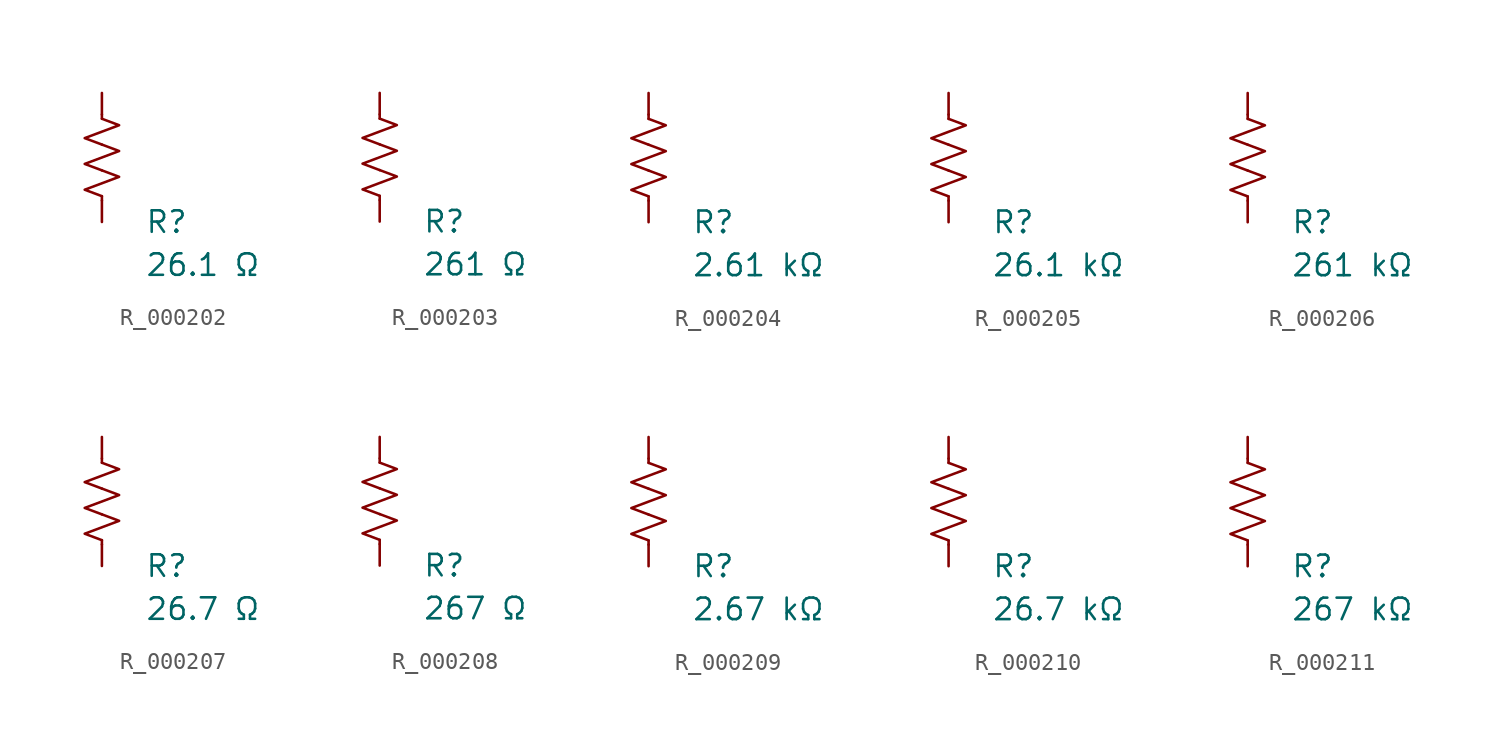
<source format=kicad_sym>
(kicad_symbol_lib
  (version 20231120)
  (generator "kicad_symbol_editor")
  (generator_version "8.0")
  (symbol "R_000202"
    (pin_numbers hide)
    (pin_names
      (offset 0))
    (property "Reference" "R"
      (at 2.54 -3.81 0)
      (effects (font (size 1.27 1.27)) (justify left))
      (show_name no))
    (property "Value" "26.1 Ω"
      (at 2.54 -6.35 0)
      (effects (font (size 1.27 1.27)) (justify left))
      (show_name no))
    (symbol "R_000202_0_1"
      (polyline (pts (xy 0 -2.286) (xy 0 -2.54)) (stroke (width 0) (type default)) (fill (type none)))
      (polyline (pts (xy 0 2.286) (xy 0 2.54)) (stroke (width 0) (type default)) (fill (type none)))
      (polyline (pts (xy 0 -0.762) (xy 1.016 -1.143) (xy 0 -1.524) (xy -1.016 -1.905) (xy 0 -2.286)) (stroke (width 0) (type default)) (fill (type none)))
      (polyline (pts (xy 0 0.762) (xy 1.016 0.381) (xy 0 0) (xy -1.016 -0.381) (xy 0 -0.762)) (stroke (width 0) (type default)) (fill (type none)))
      (polyline (pts (xy 0 2.286) (xy 1.016 1.905) (xy 0 1.524) (xy -1.016 1.143) (xy 0 0.762)) (stroke (width 0) (type default)) (fill (type none))))
    (symbol "R_000202_1_1"
      (pin passive line (at 0 3.81 270) (length 1.27) (name "~" (effects (font (size 1.27 1.27)))) (number "1" (effects (font (size 1.27 1.27)))))
      (pin passive line (at 0 -3.81 90) (length 1.27) (name "~" (effects (font (size 1.27 1.27)))) (number "2" (effects (font (size 1.27 1.27)))))))
  (symbol "R_000203"
    (pin_numbers hide)
    (pin_names
      (offset 0))
    (property "Reference" "R"
      (at 2.54 -3.81 0)
      (effects (font (size 1.27 1.27)) (justify left))
      (show_name no))
    (property "Value" "261 Ω"
      (at 2.54 -6.35 0)
      (effects (font (size 1.27 1.27)) (justify left))
      (show_name no))
    (symbol "R_000203_0_1"
      (polyline (pts (xy 0 -2.286) (xy 0 -2.54)) (stroke (width 0) (type default)) (fill (type none)))
      (polyline (pts (xy 0 2.286) (xy 0 2.54)) (stroke (width 0) (type default)) (fill (type none)))
      (polyline (pts (xy 0 -0.762) (xy 1.016 -1.143) (xy 0 -1.524) (xy -1.016 -1.905) (xy 0 -2.286)) (stroke (width 0) (type default)) (fill (type none)))
      (polyline (pts (xy 0 0.762) (xy 1.016 0.381) (xy 0 0) (xy -1.016 -0.381) (xy 0 -0.762)) (stroke (width 0) (type default)) (fill (type none)))
      (polyline (pts (xy 0 2.286) (xy 1.016 1.905) (xy 0 1.524) (xy -1.016 1.143) (xy 0 0.762)) (stroke (width 0) (type default)) (fill (type none))))
    (symbol "R_000203_1_1"
      (pin passive line (at 0 3.81 270) (length 1.27) (name "~" (effects (font (size 1.27 1.27)))) (number "1" (effects (font (size 1.27 1.27)))))
      (pin passive line (at 0 -3.81 90) (length 1.27) (name "~" (effects (font (size 1.27 1.27)))) (number "2" (effects (font (size 1.27 1.27)))))))
  (symbol "R_000204"
    (pin_numbers hide)
    (pin_names
      (offset 0))
    (property "Reference" "R"
      (at 2.54 -3.81 0)
      (effects (font (size 1.27 1.27)) (justify left))
      (show_name no))
    (property "Value" "2.61 kΩ"
      (at 2.54 -6.35 0)
      (effects (font (size 1.27 1.27)) (justify left))
      (show_name no))
    (symbol "R_000204_0_1"
      (polyline (pts (xy 0 -2.286) (xy 0 -2.54)) (stroke (width 0) (type default)) (fill (type none)))
      (polyline (pts (xy 0 2.286) (xy 0 2.54)) (stroke (width 0) (type default)) (fill (type none)))
      (polyline (pts (xy 0 -0.762) (xy 1.016 -1.143) (xy 0 -1.524) (xy -1.016 -1.905) (xy 0 -2.286)) (stroke (width 0) (type default)) (fill (type none)))
      (polyline (pts (xy 0 0.762) (xy 1.016 0.381) (xy 0 0) (xy -1.016 -0.381) (xy 0 -0.762)) (stroke (width 0) (type default)) (fill (type none)))
      (polyline (pts (xy 0 2.286) (xy 1.016 1.905) (xy 0 1.524) (xy -1.016 1.143) (xy 0 0.762)) (stroke (width 0) (type default)) (fill (type none))))
    (symbol "R_000204_1_1"
      (pin passive line (at 0 3.81 270) (length 1.27) (name "~" (effects (font (size 1.27 1.27)))) (number "1" (effects (font (size 1.27 1.27)))))
      (pin passive line (at 0 -3.81 90) (length 1.27) (name "~" (effects (font (size 1.27 1.27)))) (number "2" (effects (font (size 1.27 1.27)))))))
  (symbol "R_000205"
    (pin_numbers hide)
    (pin_names
      (offset 0))
    (property "Reference" "R"
      (at 2.54 -3.81 0)
      (effects (font (size 1.27 1.27)) (justify left))
      (show_name no))
    (property "Value" "26.1 kΩ"
      (at 2.54 -6.35 0)
      (effects (font (size 1.27 1.27)) (justify left))
      (show_name no))
    (symbol "R_000205_0_1"
      (polyline (pts (xy 0 -2.286) (xy 0 -2.54)) (stroke (width 0) (type default)) (fill (type none)))
      (polyline (pts (xy 0 2.286) (xy 0 2.54)) (stroke (width 0) (type default)) (fill (type none)))
      (polyline (pts (xy 0 -0.762) (xy 1.016 -1.143) (xy 0 -1.524) (xy -1.016 -1.905) (xy 0 -2.286)) (stroke (width 0) (type default)) (fill (type none)))
      (polyline (pts (xy 0 0.762) (xy 1.016 0.381) (xy 0 0) (xy -1.016 -0.381) (xy 0 -0.762)) (stroke (width 0) (type default)) (fill (type none)))
      (polyline (pts (xy 0 2.286) (xy 1.016 1.905) (xy 0 1.524) (xy -1.016 1.143) (xy 0 0.762)) (stroke (width 0) (type default)) (fill (type none))))
    (symbol "R_000205_1_1"
      (pin passive line (at 0 3.81 270) (length 1.27) (name "~" (effects (font (size 1.27 1.27)))) (number "1" (effects (font (size 1.27 1.27)))))
      (pin passive line (at 0 -3.81 90) (length 1.27) (name "~" (effects (font (size 1.27 1.27)))) (number "2" (effects (font (size 1.27 1.27)))))))
  (symbol "R_000206"
    (pin_numbers hide)
    (pin_names
      (offset 0))
    (property "Reference" "R"
      (at 2.54 -3.81 0)
      (effects (font (size 1.27 1.27)) (justify left))
      (show_name no))
    (property "Value" "261 kΩ"
      (at 2.54 -6.35 0)
      (effects (font (size 1.27 1.27)) (justify left))
      (show_name no))
    (symbol "R_000206_0_1"
      (polyline (pts (xy 0 -2.286) (xy 0 -2.54)) (stroke (width 0) (type default)) (fill (type none)))
      (polyline (pts (xy 0 2.286) (xy 0 2.54)) (stroke (width 0) (type default)) (fill (type none)))
      (polyline (pts (xy 0 -0.762) (xy 1.016 -1.143) (xy 0 -1.524) (xy -1.016 -1.905) (xy 0 -2.286)) (stroke (width 0) (type default)) (fill (type none)))
      (polyline (pts (xy 0 0.762) (xy 1.016 0.381) (xy 0 0) (xy -1.016 -0.381) (xy 0 -0.762)) (stroke (width 0) (type default)) (fill (type none)))
      (polyline (pts (xy 0 2.286) (xy 1.016 1.905) (xy 0 1.524) (xy -1.016 1.143) (xy 0 0.762)) (stroke (width 0) (type default)) (fill (type none))))
    (symbol "R_000206_1_1"
      (pin passive line (at 0 3.81 270) (length 1.27) (name "~" (effects (font (size 1.27 1.27)))) (number "1" (effects (font (size 1.27 1.27)))))
      (pin passive line (at 0 -3.81 90) (length 1.27) (name "~" (effects (font (size 1.27 1.27)))) (number "2" (effects (font (size 1.27 1.27)))))))
  (symbol "R_000207"
    (pin_numbers hide)
    (pin_names
      (offset 0))
    (property "Reference" "R"
      (at 2.54 -3.81 0)
      (effects (font (size 1.27 1.27)) (justify left))
      (show_name no))
    (property "Value" "26.7 Ω"
      (at 2.54 -6.35 0)
      (effects (font (size 1.27 1.27)) (justify left))
      (show_name no))
    (symbol "R_000207_0_1"
      (polyline (pts (xy 0 -2.286) (xy 0 -2.54)) (stroke (width 0) (type default)) (fill (type none)))
      (polyline (pts (xy 0 2.286) (xy 0 2.54)) (stroke (width 0) (type default)) (fill (type none)))
      (polyline (pts (xy 0 -0.762) (xy 1.016 -1.143) (xy 0 -1.524) (xy -1.016 -1.905) (xy 0 -2.286)) (stroke (width 0) (type default)) (fill (type none)))
      (polyline (pts (xy 0 0.762) (xy 1.016 0.381) (xy 0 0) (xy -1.016 -0.381) (xy 0 -0.762)) (stroke (width 0) (type default)) (fill (type none)))
      (polyline (pts (xy 0 2.286) (xy 1.016 1.905) (xy 0 1.524) (xy -1.016 1.143) (xy 0 0.762)) (stroke (width 0) (type default)) (fill (type none))))
    (symbol "R_000207_1_1"
      (pin passive line (at 0 3.81 270) (length 1.27) (name "~" (effects (font (size 1.27 1.27)))) (number "1" (effects (font (size 1.27 1.27)))))
      (pin passive line (at 0 -3.81 90) (length 1.27) (name "~" (effects (font (size 1.27 1.27)))) (number "2" (effects (font (size 1.27 1.27)))))))
  (symbol "R_000208"
    (pin_numbers hide)
    (pin_names
      (offset 0))
    (property "Reference" "R"
      (at 2.54 -3.81 0)
      (effects (font (size 1.27 1.27)) (justify left))
      (show_name no))
    (property "Value" "267 Ω"
      (at 2.54 -6.35 0)
      (effects (font (size 1.27 1.27)) (justify left))
      (show_name no))
    (symbol "R_000208_0_1"
      (polyline (pts (xy 0 -2.286) (xy 0 -2.54)) (stroke (width 0) (type default)) (fill (type none)))
      (polyline (pts (xy 0 2.286) (xy 0 2.54)) (stroke (width 0) (type default)) (fill (type none)))
      (polyline (pts (xy 0 -0.762) (xy 1.016 -1.143) (xy 0 -1.524) (xy -1.016 -1.905) (xy 0 -2.286)) (stroke (width 0) (type default)) (fill (type none)))
      (polyline (pts (xy 0 0.762) (xy 1.016 0.381) (xy 0 0) (xy -1.016 -0.381) (xy 0 -0.762)) (stroke (width 0) (type default)) (fill (type none)))
      (polyline (pts (xy 0 2.286) (xy 1.016 1.905) (xy 0 1.524) (xy -1.016 1.143) (xy 0 0.762)) (stroke (width 0) (type default)) (fill (type none))))
    (symbol "R_000208_1_1"
      (pin passive line (at 0 3.81 270) (length 1.27) (name "~" (effects (font (size 1.27 1.27)))) (number "1" (effects (font (size 1.27 1.27)))))
      (pin passive line (at 0 -3.81 90) (length 1.27) (name "~" (effects (font (size 1.27 1.27)))) (number "2" (effects (font (size 1.27 1.27)))))))
  (symbol "R_000209"
    (pin_numbers hide)
    (pin_names
      (offset 0))
    (property "Reference" "R"
      (at 2.54 -3.81 0)
      (effects (font (size 1.27 1.27)) (justify left))
      (show_name no))
    (property "Value" "2.67 kΩ"
      (at 2.54 -6.35 0)
      (effects (font (size 1.27 1.27)) (justify left))
      (show_name no))
    (symbol "R_000209_0_1"
      (polyline (pts (xy 0 -2.286) (xy 0 -2.54)) (stroke (width 0) (type default)) (fill (type none)))
      (polyline (pts (xy 0 2.286) (xy 0 2.54)) (stroke (width 0) (type default)) (fill (type none)))
      (polyline (pts (xy 0 -0.762) (xy 1.016 -1.143) (xy 0 -1.524) (xy -1.016 -1.905) (xy 0 -2.286)) (stroke (width 0) (type default)) (fill (type none)))
      (polyline (pts (xy 0 0.762) (xy 1.016 0.381) (xy 0 0) (xy -1.016 -0.381) (xy 0 -0.762)) (stroke (width 0) (type default)) (fill (type none)))
      (polyline (pts (xy 0 2.286) (xy 1.016 1.905) (xy 0 1.524) (xy -1.016 1.143) (xy 0 0.762)) (stroke (width 0) (type default)) (fill (type none))))
    (symbol "R_000209_1_1"
      (pin passive line (at 0 3.81 270) (length 1.27) (name "~" (effects (font (size 1.27 1.27)))) (number "1" (effects (font (size 1.27 1.27)))))
      (pin passive line (at 0 -3.81 90) (length 1.27) (name "~" (effects (font (size 1.27 1.27)))) (number "2" (effects (font (size 1.27 1.27)))))))
  (symbol "R_000210"
    (pin_numbers hide)
    (pin_names
      (offset 0))
    (property "Reference" "R"
      (at 2.54 -3.81 0)
      (effects (font (size 1.27 1.27)) (justify left))
      (show_name no))
    (property "Value" "26.7 kΩ"
      (at 2.54 -6.35 0)
      (effects (font (size 1.27 1.27)) (justify left))
      (show_name no))
    (symbol "R_000210_0_1"
      (polyline (pts (xy 0 -2.286) (xy 0 -2.54)) (stroke (width 0) (type default)) (fill (type none)))
      (polyline (pts (xy 0 2.286) (xy 0 2.54)) (stroke (width 0) (type default)) (fill (type none)))
      (polyline (pts (xy 0 -0.762) (xy 1.016 -1.143) (xy 0 -1.524) (xy -1.016 -1.905) (xy 0 -2.286)) (stroke (width 0) (type default)) (fill (type none)))
      (polyline (pts (xy 0 0.762) (xy 1.016 0.381) (xy 0 0) (xy -1.016 -0.381) (xy 0 -0.762)) (stroke (width 0) (type default)) (fill (type none)))
      (polyline (pts (xy 0 2.286) (xy 1.016 1.905) (xy 0 1.524) (xy -1.016 1.143) (xy 0 0.762)) (stroke (width 0) (type default)) (fill (type none))))
    (symbol "R_000210_1_1"
      (pin passive line (at 0 3.81 270) (length 1.27) (name "~" (effects (font (size 1.27 1.27)))) (number "1" (effects (font (size 1.27 1.27)))))
      (pin passive line (at 0 -3.81 90) (length 1.27) (name "~" (effects (font (size 1.27 1.27)))) (number "2" (effects (font (size 1.27 1.27)))))))
  (symbol "R_000211"
    (pin_numbers hide)
    (pin_names
      (offset 0))
    (property "Reference" "R"
      (at 2.54 -3.81 0)
      (effects (font (size 1.27 1.27)) (justify left))
      (show_name no))
    (property "Value" "267 kΩ"
      (at 2.54 -6.35 0)
      (effects (font (size 1.27 1.27)) (justify left))
      (show_name no))
    (symbol "R_000211_0_1"
      (polyline (pts (xy 0 -2.286) (xy 0 -2.54)) (stroke (width 0) (type default)) (fill (type none)))
      (polyline (pts (xy 0 2.286) (xy 0 2.54)) (stroke (width 0) (type default)) (fill (type none)))
      (polyline (pts (xy 0 -0.762) (xy 1.016 -1.143) (xy 0 -1.524) (xy -1.016 -1.905) (xy 0 -2.286)) (stroke (width 0) (type default)) (fill (type none)))
      (polyline (pts (xy 0 0.762) (xy 1.016 0.381) (xy 0 0) (xy -1.016 -0.381) (xy 0 -0.762)) (stroke (width 0) (type default)) (fill (type none)))
      (polyline (pts (xy 0 2.286) (xy 1.016 1.905) (xy 0 1.524) (xy -1.016 1.143) (xy 0 0.762)) (stroke (width 0) (type default)) (fill (type none))))
    (symbol "R_000211_1_1"
      (pin passive line (at 0 3.81 270) (length 1.27) (name "~" (effects (font (size 1.27 1.27)))) (number "1" (effects (font (size 1.27 1.27)))))
      (pin passive line (at 0 -3.81 90) (length 1.27) (name "~" (effects (font (size 1.27 1.27)))) (number "2" (effects (font (size 1.27 1.27))))))))
</source>
